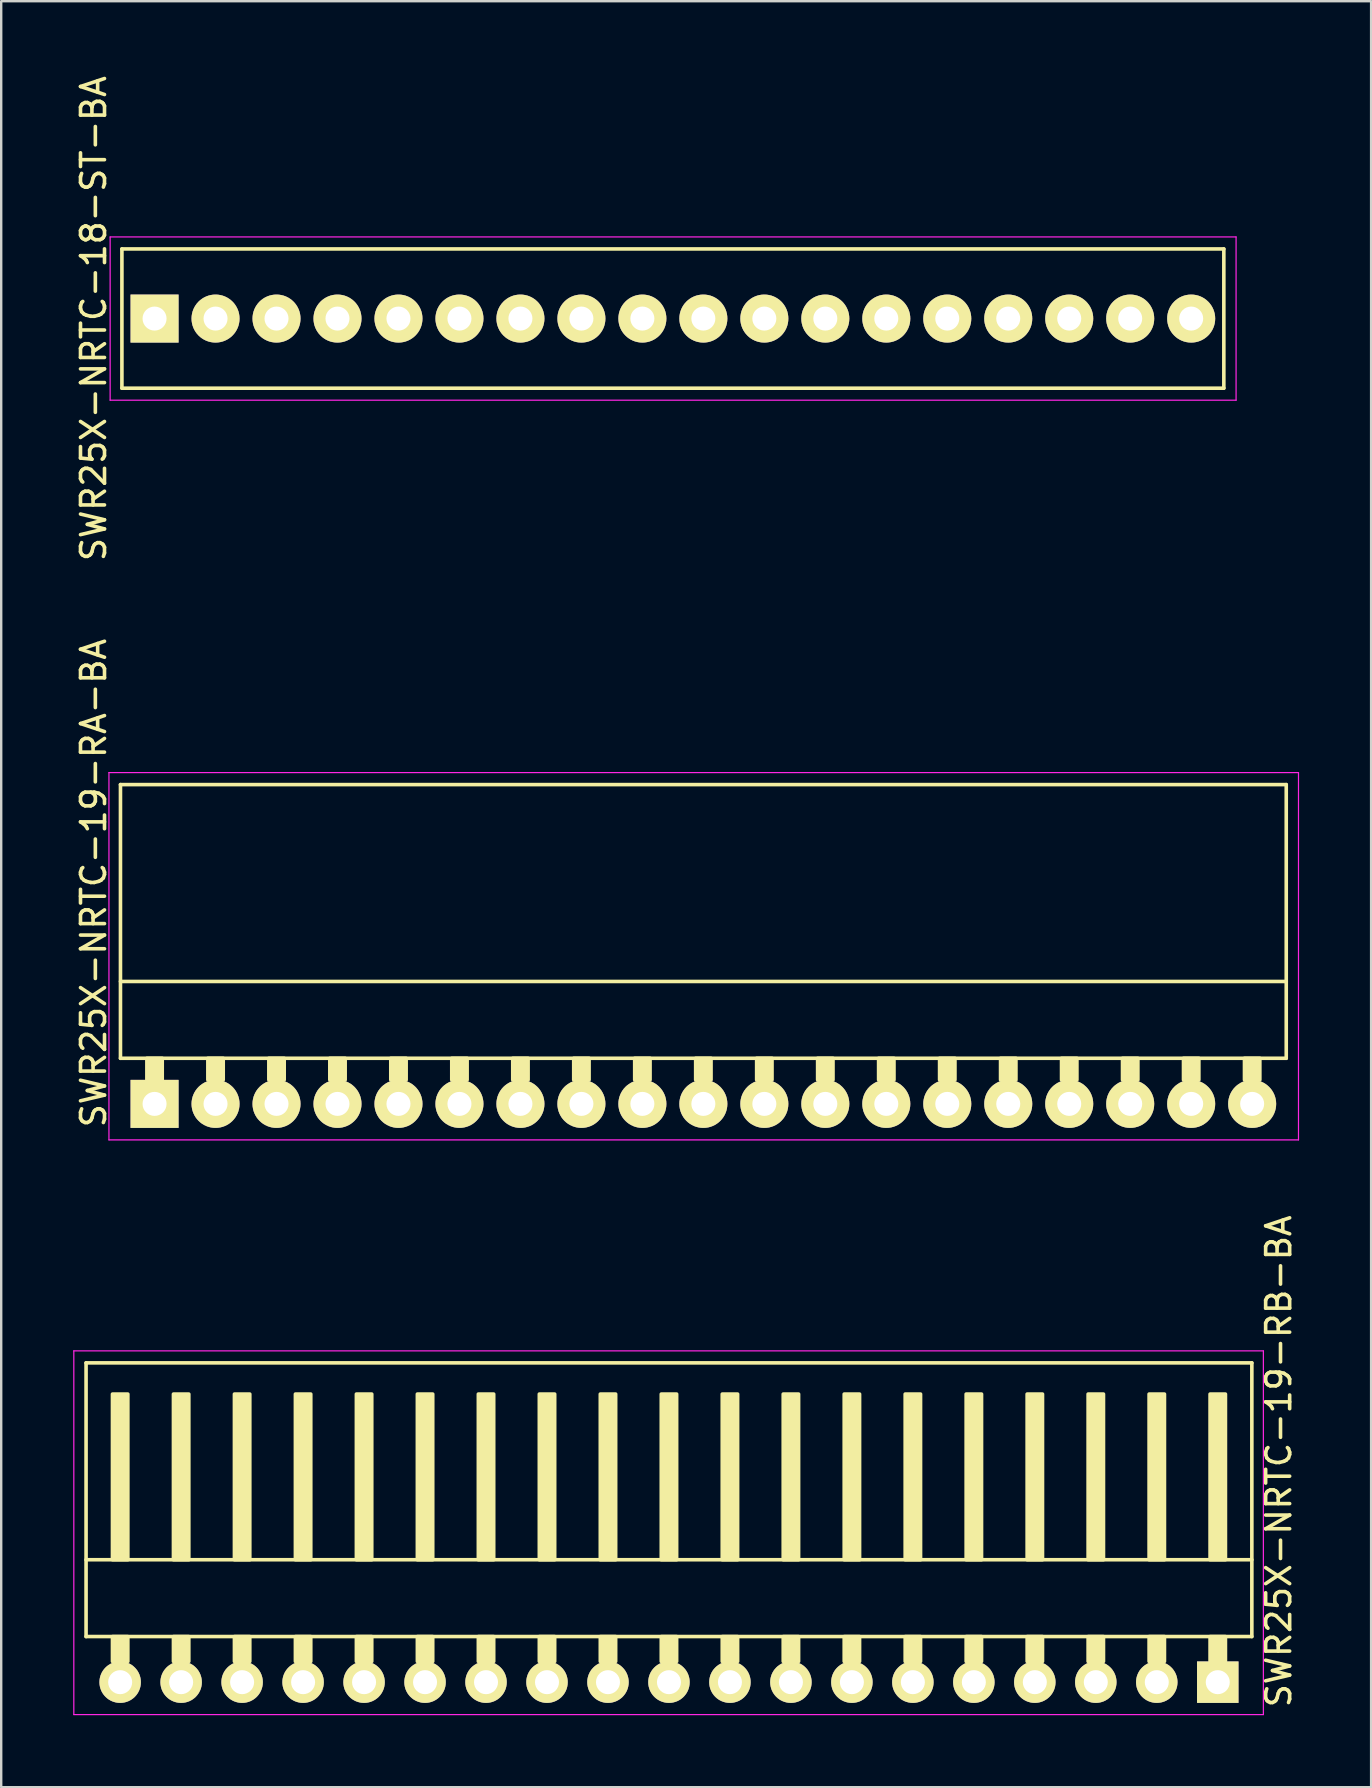
<source format=kicad_pcb>
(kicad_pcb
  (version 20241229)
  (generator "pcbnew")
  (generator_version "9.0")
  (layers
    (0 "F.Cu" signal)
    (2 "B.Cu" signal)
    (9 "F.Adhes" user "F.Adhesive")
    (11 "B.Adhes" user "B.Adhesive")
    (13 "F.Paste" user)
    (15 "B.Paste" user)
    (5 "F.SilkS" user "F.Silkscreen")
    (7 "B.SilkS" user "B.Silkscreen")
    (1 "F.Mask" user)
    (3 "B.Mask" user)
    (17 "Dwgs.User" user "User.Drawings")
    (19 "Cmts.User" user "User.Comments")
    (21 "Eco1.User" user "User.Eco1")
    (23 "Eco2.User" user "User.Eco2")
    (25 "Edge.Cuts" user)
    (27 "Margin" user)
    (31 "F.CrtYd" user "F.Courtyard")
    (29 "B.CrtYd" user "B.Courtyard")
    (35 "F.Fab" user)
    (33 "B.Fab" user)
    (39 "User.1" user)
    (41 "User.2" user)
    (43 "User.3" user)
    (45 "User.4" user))
  (footprint "SWR25X-NRTC-19-RA-BA"
    (layer "F.Cu")
    (at 3.388 42.932)
    (property "Reference" "SWR25X-NRTC-19-RA-BA" (at -2.54 -9.2 270) (layer "F.SilkS") (effects (font (size 1 1) (thickness 0.15))))
    (attr through_hole)
    (fp_line (start -1.42 -13.3) (end -1.42 -1.9) (stroke (width 0.15) (type solid)) (layer "F.SilkS"))
    (fp_line (start -1.42 -13.3) (end 47.14 -13.3) (stroke (width 0.15) (type solid)) (layer "F.SilkS"))
    (fp_line (start -1.42 -5.1) (end 47.14 -5.1) (stroke (width 0.15) (type solid)) (layer "F.SilkS"))
    (fp_line (start -1.42 -1.9) (end 47.14 -1.9) (stroke (width 0.15) (type solid)) (layer "F.SilkS"))
    (fp_line (start 47.14 -13.3) (end 47.14 -1.9) (stroke (width 0.15) (type solid)) (layer "F.SilkS"))
    (fp_poly (pts (xy 0.32 -1.9) (xy -0.32 -1.9) (xy -0.32 -1) (xy 0.32 -1)) (stroke (width 0.15) (type solid)) (fill yes) (layer "F.SilkS"))
    (fp_poly (pts (xy 2.86 -1.9) (xy 2.22 -1.9) (xy 2.22 -1) (xy 2.86 -1)) (stroke (width 0.15) (type solid)) (fill yes) (layer "F.SilkS"))
    (fp_poly (pts (xy 5.4 -1.9) (xy 4.76 -1.9) (xy 4.76 -1) (xy 5.4 -1)) (stroke (width 0.15) (type solid)) (fill yes) (layer "F.SilkS"))
    (fp_poly (pts (xy 7.94 -1.9) (xy 7.3 -1.9) (xy 7.3 -1) (xy 7.94 -1)) (stroke (width 0.15) (type solid)) (fill yes) (layer "F.SilkS"))
    (fp_poly (pts (xy 10.48 -1.9) (xy 9.84 -1.9) (xy 9.84 -1) (xy 10.48 -1)) (stroke (width 0.15) (type solid)) (fill yes) (layer "F.SilkS"))
    (fp_poly (pts (xy 13.02 -1.9) (xy 12.38 -1.9) (xy 12.38 -1) (xy 13.02 -1)) (stroke (width 0.15) (type solid)) (fill yes) (layer "F.SilkS"))
    (fp_poly (pts (xy 15.56 -1.9) (xy 14.92 -1.9) (xy 14.92 -1) (xy 15.56 -1)) (stroke (width 0.15) (type solid)) (fill yes) (layer "F.SilkS"))
    (fp_poly (pts (xy 18.1 -1.9) (xy 17.46 -1.9) (xy 17.46 -1) (xy 18.1 -1)) (stroke (width 0.15) (type solid)) (fill yes) (layer "F.SilkS"))
    (fp_poly (pts (xy 20.64 -1.9) (xy 20 -1.9) (xy 20 -1) (xy 20.64 -1)) (stroke (width 0.15) (type solid)) (fill yes) (layer "F.SilkS"))
    (fp_poly (pts (xy 23.18 -1.9) (xy 22.54 -1.9) (xy 22.54 -1) (xy 23.18 -1)) (stroke (width 0.15) (type solid)) (fill yes) (layer "F.SilkS"))
    (fp_poly (pts (xy 25.72 -1.9) (xy 25.08 -1.9) (xy 25.08 -1) (xy 25.72 -1)) (stroke (width 0.15) (type solid)) (fill yes) (layer "F.SilkS"))
    (fp_poly (pts (xy 28.26 -1.9) (xy 27.62 -1.9) (xy 27.62 -1) (xy 28.26 -1)) (stroke (width 0.15) (type solid)) (fill yes) (layer "F.SilkS"))
    (fp_poly (pts (xy 30.8 -1.9) (xy 30.16 -1.9) (xy 30.16 -1) (xy 30.8 -1)) (stroke (width 0.15) (type solid)) (fill yes) (layer "F.SilkS"))
    (fp_poly (pts (xy 33.34 -1.9) (xy 32.7 -1.9) (xy 32.7 -1) (xy 33.34 -1)) (stroke (width 0.15) (type solid)) (fill yes) (layer "F.SilkS"))
    (fp_poly (pts (xy 35.88 -1.9) (xy 35.24 -1.9) (xy 35.24 -1) (xy 35.88 -1)) (stroke (width 0.15) (type solid)) (fill yes) (layer "F.SilkS"))
    (fp_poly (pts (xy 38.42 -1.9) (xy 37.78 -1.9) (xy 37.78 -1) (xy 38.42 -1)) (stroke (width 0.15) (type solid)) (fill yes) (layer "F.SilkS"))
    (fp_poly (pts (xy 40.96 -1.9) (xy 40.32 -1.9) (xy 40.32 -1) (xy 40.96 -1)) (stroke (width 0.15) (type solid)) (fill yes) (layer "F.SilkS"))
    (fp_poly (pts (xy 43.5 -1.9) (xy 42.86 -1.9) (xy 42.86 -1) (xy 43.5 -1)) (stroke (width 0.15) (type solid)) (fill yes) (layer "F.SilkS"))
    (fp_poly (pts (xy 46.04 -1.9) (xy 45.4 -1.9) (xy 45.4 -1) (xy 46.04 -1)) (stroke (width 0.15) (type solid)) (fill yes) (layer "F.SilkS"))
    (fp_line (start -1.9 -13.8) (end -1.9 1.5) (stroke (width 0.05) (type solid)) (layer "F.CrtYd"))
    (fp_line (start -1.9 -13.8) (end 47.65 -13.8) (stroke (width 0.05) (type solid)) (layer "F.CrtYd"))
    (fp_line (start -1.9 1.5) (end 47.65 1.5) (stroke (width 0.05) (type solid)) (layer "F.CrtYd"))
    (fp_line (start 47.65 -13.8) (end 47.65 1.5) (stroke (width 0.05) (type solid)) (layer "F.CrtYd"))
    (pad "1" thru_hole rect (at 0 0) (size 2 2) (drill 1) (layers "*.Cu" "*.Mask" "F.SilkS"))
    (pad "2" thru_hole circle (at 2.54 0) (size 2 2) (drill 1) (layers "*.Cu" "*.Mask" "F.SilkS"))
    (pad "3" thru_hole circle (at 5.08 0) (size 2 2) (drill 1) (layers "*.Cu" "*.Mask" "F.SilkS"))
    (pad "4" thru_hole circle (at 7.62 0) (size 2 2) (drill 1) (layers "*.Cu" "*.Mask" "F.SilkS"))
    (pad "5" thru_hole circle (at 10.16 0) (size 2 2) (drill 1) (layers "*.Cu" "*.Mask" "F.SilkS"))
    (pad "6" thru_hole circle (at 12.7 0) (size 2 2) (drill 1) (layers "*.Cu" "*.Mask" "F.SilkS"))
    (pad "7" thru_hole circle (at 15.24 0) (size 2 2) (drill 1) (layers "*.Cu" "*.Mask" "F.SilkS"))
    (pad "8" thru_hole circle (at 17.78 0) (size 2 2) (drill 1) (layers "*.Cu" "*.Mask" "F.SilkS"))
    (pad "9" thru_hole circle (at 20.32 0) (size 2 2) (drill 1) (layers "*.Cu" "*.Mask" "F.SilkS"))
    (pad "10" thru_hole circle (at 22.86 0) (size 2 2) (drill 1) (layers "*.Cu" "*.Mask" "F.SilkS"))
    (pad "11" thru_hole circle (at 25.4 0) (size 2 2) (drill 1) (layers "*.Cu" "*.Mask" "F.SilkS"))
    (pad "12" thru_hole circle (at 27.94 0) (size 2 2) (drill 1) (layers "*.Cu" "*.Mask" "F.SilkS"))
    (pad "13" thru_hole circle (at 30.48 0) (size 2 2) (drill 1) (layers "*.Cu" "*.Mask" "F.SilkS"))
    (pad "14" thru_hole circle (at 33.02 0) (size 2 2) (drill 1) (layers "*.Cu" "*.Mask" "F.SilkS"))
    (pad "15" thru_hole circle (at 35.56 0) (size 2 2) (drill 1) (layers "*.Cu" "*.Mask" "F.SilkS"))
    (pad "16" thru_hole circle (at 38.1 0) (size 2 2) (drill 1) (layers "*.Cu" "*.Mask" "F.SilkS"))
    (pad "17" thru_hole circle (at 40.64 0) (size 2 2) (drill 1) (layers "*.Cu" "*.Mask" "F.SilkS"))
    (pad "18" thru_hole circle (at 43.18 0) (size 2 2) (drill 1) (layers "*.Cu" "*.Mask" "F.SilkS"))
    (pad "19" thru_hole circle (at 45.72 0) (size 2 2) (drill 1) (layers "*.Cu" "*.Mask" "F.SilkS")))
  (footprint "SWR25X-NRTC-19-RB-BA"
    (layer "F.Cu")
    (at 47.675 67.02)
    (property "Reference" "SWR25X-NRTC-19-RB-BA" (at 2.54 -9.2 270) (layer "F.SilkS") (effects (font (size 1 1) (thickness 0.15))))
    (attr through_hole)
    (fp_line (start -47.14 -13.3) (end -47.14 -1.9) (stroke (width 0.15) (type solid)) (layer "F.SilkS"))
    (fp_line (start 1.42 -13.3) (end -47.14 -13.3) (stroke (width 0.15) (type solid)) (layer "F.SilkS"))
    (fp_line (start 1.42 -13.3) (end 1.42 -1.9) (stroke (width 0.15) (type solid)) (layer "F.SilkS"))
    (fp_line (start 1.42 -5.1) (end -47.14 -5.1) (stroke (width 0.15) (type solid)) (layer "F.SilkS"))
    (fp_line (start 1.42 -1.9) (end -47.14 -1.9) (stroke (width 0.15) (type solid)) (layer "F.SilkS"))
    (fp_poly (pts (xy -45.4 -5.1) (xy -46.04 -5.1) (xy -46.04 -12) (xy -45.4 -12)) (stroke (width 0.15) (type solid)) (fill yes) (layer "F.SilkS"))
    (fp_poly (pts (xy -45.4 -1.9) (xy -46.04 -1.9) (xy -46.04 -0.864) (xy -45.4 -0.864)) (stroke (width 0.15) (type solid)) (fill yes) (layer "F.SilkS"))
    (fp_poly (pts (xy -42.86 -5.1) (xy -43.5 -5.1) (xy -43.5 -12) (xy -42.86 -12)) (stroke (width 0.15) (type solid)) (fill yes) (layer "F.SilkS"))
    (fp_poly (pts (xy -42.86 -1.9) (xy -43.5 -1.9) (xy -43.5 -0.864) (xy -42.86 -0.864)) (stroke (width 0.15) (type solid)) (fill yes) (layer "F.SilkS"))
    (fp_poly (pts (xy -40.32 -5.1) (xy -40.96 -5.1) (xy -40.96 -12) (xy -40.32 -12)) (stroke (width 0.15) (type solid)) (fill yes) (layer "F.SilkS"))
    (fp_poly (pts (xy -40.32 -1.9) (xy -40.96 -1.9) (xy -40.96 -0.864) (xy -40.32 -0.864)) (stroke (width 0.15) (type solid)) (fill yes) (layer "F.SilkS"))
    (fp_poly (pts (xy -37.78 -5.1) (xy -38.42 -5.1) (xy -38.42 -12) (xy -37.78 -12)) (stroke (width 0.15) (type solid)) (fill yes) (layer "F.SilkS"))
    (fp_poly (pts (xy -37.78 -1.9) (xy -38.42 -1.9) (xy -38.42 -0.864) (xy -37.78 -0.864)) (stroke (width 0.15) (type solid)) (fill yes) (layer "F.SilkS"))
    (fp_poly (pts (xy -35.24 -5.1) (xy -35.88 -5.1) (xy -35.88 -12) (xy -35.24 -12)) (stroke (width 0.15) (type solid)) (fill yes) (layer "F.SilkS"))
    (fp_poly (pts (xy -35.24 -1.9) (xy -35.88 -1.9) (xy -35.88 -0.864) (xy -35.24 -0.864)) (stroke (width 0.15) (type solid)) (fill yes) (layer "F.SilkS"))
    (fp_poly (pts (xy -32.7 -5.1) (xy -33.34 -5.1) (xy -33.34 -12) (xy -32.7 -12)) (stroke (width 0.15) (type solid)) (fill yes) (layer "F.SilkS"))
    (fp_poly (pts (xy -32.7 -1.9) (xy -33.34 -1.9) (xy -33.34 -0.864) (xy -32.7 -0.864)) (stroke (width 0.15) (type solid)) (fill yes) (layer "F.SilkS"))
    (fp_poly (pts (xy -30.16 -5.1) (xy -30.8 -5.1) (xy -30.8 -12) (xy -30.16 -12)) (stroke (width 0.15) (type solid)) (fill yes) (layer "F.SilkS"))
    (fp_poly (pts (xy -30.16 -1.9) (xy -30.8 -1.9) (xy -30.8 -0.864) (xy -30.16 -0.864)) (stroke (width 0.15) (type solid)) (fill yes) (layer "F.SilkS"))
    (fp_poly (pts (xy -27.62 -5.1) (xy -28.26 -5.1) (xy -28.26 -12) (xy -27.62 -12)) (stroke (width 0.15) (type solid)) (fill yes) (layer "F.SilkS"))
    (fp_poly (pts (xy -27.62 -1.9) (xy -28.26 -1.9) (xy -28.26 -0.864) (xy -27.62 -0.864)) (stroke (width 0.15) (type solid)) (fill yes) (layer "F.SilkS"))
    (fp_poly (pts (xy -25.08 -5.1) (xy -25.72 -5.1) (xy -25.72 -12) (xy -25.08 -12)) (stroke (width 0.15) (type solid)) (fill yes) (layer "F.SilkS"))
    (fp_poly (pts (xy -25.08 -1.9) (xy -25.72 -1.9) (xy -25.72 -0.864) (xy -25.08 -0.864)) (stroke (width 0.15) (type solid)) (fill yes) (layer "F.SilkS"))
    (fp_poly (pts (xy -22.54 -5.1) (xy -23.18 -5.1) (xy -23.18 -12) (xy -22.54 -12)) (stroke (width 0.15) (type solid)) (fill yes) (layer "F.SilkS"))
    (fp_poly (pts (xy -22.54 -1.9) (xy -23.18 -1.9) (xy -23.18 -0.864) (xy -22.54 -0.864)) (stroke (width 0.15) (type solid)) (fill yes) (layer "F.SilkS"))
    (fp_poly (pts (xy -20 -5.1) (xy -20.64 -5.1) (xy -20.64 -12) (xy -20 -12)) (stroke (width 0.15) (type solid)) (fill yes) (layer "F.SilkS"))
    (fp_poly (pts (xy -20 -1.9) (xy -20.64 -1.9) (xy -20.64 -0.864) (xy -20 -0.864)) (stroke (width 0.15) (type solid)) (fill yes) (layer "F.SilkS"))
    (fp_poly (pts (xy -17.46 -5.1) (xy -18.1 -5.1) (xy -18.1 -12) (xy -17.46 -12)) (stroke (width 0.15) (type solid)) (fill yes) (layer "F.SilkS"))
    (fp_poly (pts (xy -17.46 -1.9) (xy -18.1 -1.9) (xy -18.1 -0.864) (xy -17.46 -0.864)) (stroke (width 0.15) (type solid)) (fill yes) (layer "F.SilkS"))
    (fp_poly (pts (xy -14.92 -5.1) (xy -15.56 -5.1) (xy -15.56 -12) (xy -14.92 -12)) (stroke (width 0.15) (type solid)) (fill yes) (layer "F.SilkS"))
    (fp_poly (pts (xy -14.92 -1.9) (xy -15.56 -1.9) (xy -15.56 -0.864) (xy -14.92 -0.864)) (stroke (width 0.15) (type solid)) (fill yes) (layer "F.SilkS"))
    (fp_poly (pts (xy -12.38 -5.1) (xy -13.02 -5.1) (xy -13.02 -12) (xy -12.38 -12)) (stroke (width 0.15) (type solid)) (fill yes) (layer "F.SilkS"))
    (fp_poly (pts (xy -12.38 -1.9) (xy -13.02 -1.9) (xy -13.02 -0.864) (xy -12.38 -0.864)) (stroke (width 0.15) (type solid)) (fill yes) (layer "F.SilkS"))
    (fp_poly (pts (xy -9.84 -5.1) (xy -10.48 -5.1) (xy -10.48 -12) (xy -9.84 -12)) (stroke (width 0.15) (type solid)) (fill yes) (layer "F.SilkS"))
    (fp_poly (pts (xy -9.84 -1.9) (xy -10.48 -1.9) (xy -10.48 -0.864) (xy -9.84 -0.864)) (stroke (width 0.15) (type solid)) (fill yes) (layer "F.SilkS"))
    (fp_poly (pts (xy -7.3 -5.1) (xy -7.94 -5.1) (xy -7.94 -12) (xy -7.3 -12)) (stroke (width 0.15) (type solid)) (fill yes) (layer "F.SilkS"))
    (fp_poly (pts (xy -7.3 -1.9) (xy -7.94 -1.9) (xy -7.94 -0.864) (xy -7.3 -0.864)) (stroke (width 0.15) (type solid)) (fill yes) (layer "F.SilkS"))
    (fp_poly (pts (xy -4.76 -5.1) (xy -5.4 -5.1) (xy -5.4 -12) (xy -4.76 -12)) (stroke (width 0.15) (type solid)) (fill yes) (layer "F.SilkS"))
    (fp_poly (pts (xy -4.76 -1.9) (xy -5.4 -1.9) (xy -5.4 -0.864) (xy -4.76 -0.864)) (stroke (width 0.15) (type solid)) (fill yes) (layer "F.SilkS"))
    (fp_poly (pts (xy -2.22 -5.1) (xy -2.86 -5.1) (xy -2.86 -12) (xy -2.22 -12)) (stroke (width 0.15) (type solid)) (fill yes) (layer "F.SilkS"))
    (fp_poly (pts (xy -2.22 -1.9) (xy -2.86 -1.9) (xy -2.86 -0.864) (xy -2.22 -0.864)) (stroke (width 0.15) (type solid)) (fill yes) (layer "F.SilkS"))
    (fp_poly (pts (xy 0.32 -5.1) (xy -0.32 -5.1) (xy -0.32 -12) (xy 0.32 -12)) (stroke (width 0.15) (type solid)) (fill yes) (layer "F.SilkS"))
    (fp_poly (pts (xy 0.32 -1.9) (xy -0.32 -1.9) (xy -0.32 -0.864) (xy 0.32 -0.864)) (stroke (width 0.15) (type solid)) (fill yes) (layer "F.SilkS"))
    (fp_line (start -47.65 -13.8) (end -47.65 1.35) (stroke (width 0.05) (type solid)) (layer "F.CrtYd"))
    (fp_line (start 1.9 -13.8) (end -47.65 -13.8) (stroke (width 0.05) (type solid)) (layer "F.CrtYd"))
    (fp_line (start 1.9 -13.8) (end 1.9 1.35) (stroke (width 0.05) (type solid)) (layer "F.CrtYd"))
    (fp_line (start 1.9 1.35) (end -47.65 1.35) (stroke (width 0.05) (type solid)) (layer "F.CrtYd"))
    (pad "1" thru_hole rect (at 0 0) (size 1.727 1.727) (drill 1) (layers "*.Cu" "*.Mask" "F.SilkS"))
    (pad "2" thru_hole circle (at -2.54 0) (size 1.727 1.727) (drill 1) (layers "*.Cu" "*.Mask" "F.SilkS"))
    (pad "3" thru_hole circle (at -5.08 0) (size 1.727 1.727) (drill 1) (layers "*.Cu" "*.Mask" "F.SilkS"))
    (pad "4" thru_hole circle (at -7.62 0) (size 1.727 1.727) (drill 1) (layers "*.Cu" "*.Mask" "F.SilkS"))
    (pad "5" thru_hole circle (at -10.16 0) (size 1.727 1.727) (drill 1) (layers "*.Cu" "*.Mask" "F.SilkS"))
    (pad "6" thru_hole circle (at -12.7 0) (size 1.727 1.727) (drill 1) (layers "*.Cu" "*.Mask" "F.SilkS"))
    (pad "7" thru_hole circle (at -15.24 0) (size 1.727 1.727) (drill 1) (layers "*.Cu" "*.Mask" "F.SilkS"))
    (pad "8" thru_hole circle (at -17.78 0) (size 1.727 1.727) (drill 1) (layers "*.Cu" "*.Mask" "F.SilkS"))
    (pad "9" thru_hole circle (at -20.32 0) (size 1.727 1.727) (drill 1) (layers "*.Cu" "*.Mask" "F.SilkS"))
    (pad "10" thru_hole circle (at -22.86 0) (size 1.727 1.727) (drill 1) (layers "*.Cu" "*.Mask" "F.SilkS"))
    (pad "11" thru_hole circle (at -25.4 0) (size 1.727 1.727) (drill 1) (layers "*.Cu" "*.Mask" "F.SilkS"))
    (pad "12" thru_hole circle (at -27.94 0) (size 1.727 1.727) (drill 1) (layers "*.Cu" "*.Mask" "F.SilkS"))
    (pad "13" thru_hole circle (at -30.48 0) (size 1.727 1.727) (drill 1) (layers "*.Cu" "*.Mask" "F.SilkS"))
    (pad "14" thru_hole circle (at -33.02 0) (size 1.727 1.727) (drill 1) (layers "*.Cu" "*.Mask" "F.SilkS"))
    (pad "15" thru_hole circle (at -35.56 0) (size 1.727 1.727) (drill 1) (layers "*.Cu" "*.Mask" "F.SilkS"))
    (pad "16" thru_hole circle (at -38.1 0) (size 1.727 1.727) (drill 1) (layers "*.Cu" "*.Mask" "F.SilkS"))
    (pad "17" thru_hole circle (at -40.64 0) (size 1.727 1.727) (drill 1) (layers "*.Cu" "*.Mask" "F.SilkS"))
    (pad "18" thru_hole circle (at -43.18 0) (size 1.727 1.727) (drill 1) (layers "*.Cu" "*.Mask" "F.SilkS"))
    (pad "19" thru_hole circle (at -45.72 0) (size 1.727 1.727) (drill 1) (layers "*.Cu" "*.Mask" "F.SilkS")))
  (footprint "SWR25X-NRTC-18-ST-BA"
    (layer "F.Cu")
    (at 3.388 10.22)
    (property "Reference" "SWR25X-NRTC-18-ST-BA" (at -2.54 0 270) (layer "F.SilkS") (effects (font (size 1 1) (thickness 0.15))))
    (attr through_hole)
    (fp_line (start -1.36 -2.9) (end 44.54 -2.9) (stroke (width 0.15) (type solid)) (layer "F.SilkS"))
    (fp_line (start -1.36 2.9) (end -1.36 -2.9) (stroke (width 0.15) (type solid)) (layer "F.SilkS"))
    (fp_line (start -1.36 2.9) (end 44.54 2.9) (stroke (width 0.15) (type solid)) (layer "F.SilkS"))
    (fp_line (start 44.54 2.9) (end 44.54 -2.9) (stroke (width 0.15) (type solid)) (layer "F.SilkS"))
    (fp_line (start -1.85 -3.4) (end 45.05 -3.4) (stroke (width 0.05) (type solid)) (layer "F.CrtYd"))
    (fp_line (start -1.85 3.4) (end -1.85 -3.4) (stroke (width 0.05) (type solid)) (layer "F.CrtYd"))
    (fp_line (start -1.85 3.4) (end 45.05 3.4) (stroke (width 0.05) (type solid)) (layer "F.CrtYd"))
    (fp_line (start 45.05 3.4) (end 45.05 -3.4) (stroke (width 0.05) (type solid)) (layer "F.CrtYd"))
    (pad "1" thru_hole rect (at 0 0) (size 2 2) (drill 1) (layers "*.Cu" "*.Mask" "F.SilkS"))
    (pad "2" thru_hole circle (at 2.54 0) (size 2 2) (drill 1) (layers "*.Cu" "*.Mask" "F.SilkS"))
    (pad "3" thru_hole circle (at 5.08 0) (size 2 2) (drill 1) (layers "*.Cu" "*.Mask" "F.SilkS"))
    (pad "4" thru_hole circle (at 7.62 0) (size 2 2) (drill 1) (layers "*.Cu" "*.Mask" "F.SilkS"))
    (pad "5" thru_hole circle (at 10.16 0) (size 2 2) (drill 1) (layers "*.Cu" "*.Mask" "F.SilkS"))
    (pad "6" thru_hole circle (at 12.7 0) (size 2 2) (drill 1) (layers "*.Cu" "*.Mask" "F.SilkS"))
    (pad "7" thru_hole circle (at 15.24 0) (size 2 2) (drill 1) (layers "*.Cu" "*.Mask" "F.SilkS"))
    (pad "8" thru_hole circle (at 17.78 0) (size 2 2) (drill 1) (layers "*.Cu" "*.Mask" "F.SilkS"))
    (pad "9" thru_hole circle (at 20.32 0) (size 2 2) (drill 1) (layers "*.Cu" "*.Mask" "F.SilkS"))
    (pad "10" thru_hole circle (at 22.86 0) (size 2 2) (drill 1) (layers "*.Cu" "*.Mask" "F.SilkS"))
    (pad "11" thru_hole circle (at 25.4 0) (size 2 2) (drill 1) (layers "*.Cu" "*.Mask" "F.SilkS"))
    (pad "12" thru_hole circle (at 27.94 0) (size 2 2) (drill 1) (layers "*.Cu" "*.Mask" "F.SilkS"))
    (pad "13" thru_hole circle (at 30.48 0) (size 2 2) (drill 1) (layers "*.Cu" "*.Mask" "F.SilkS"))
    (pad "14" thru_hole circle (at 33.02 0) (size 2 2) (drill 1) (layers "*.Cu" "*.Mask" "F.SilkS"))
    (pad "15" thru_hole circle (at 35.56 0) (size 2 2) (drill 1) (layers "*.Cu" "*.Mask" "F.SilkS"))
    (pad "16" thru_hole circle (at 38.1 0) (size 2 2) (drill 1) (layers "*.Cu" "*.Mask" "F.SilkS"))
    (pad "17" thru_hole circle (at 40.64 0) (size 2 2) (drill 1) (layers "*.Cu" "*.Mask" "F.SilkS"))
    (pad "18" thru_hole circle (at 43.18 0) (size 2 2) (drill 1) (layers "*.Cu" "*.Mask" "F.SilkS")))
  (gr_rect
    (start -3 -3)
    (end 54.063 71.395)
    (stroke (width 0.1) (type default))
    (fill no)
    (layer "Edge.Cuts")))
</source>
